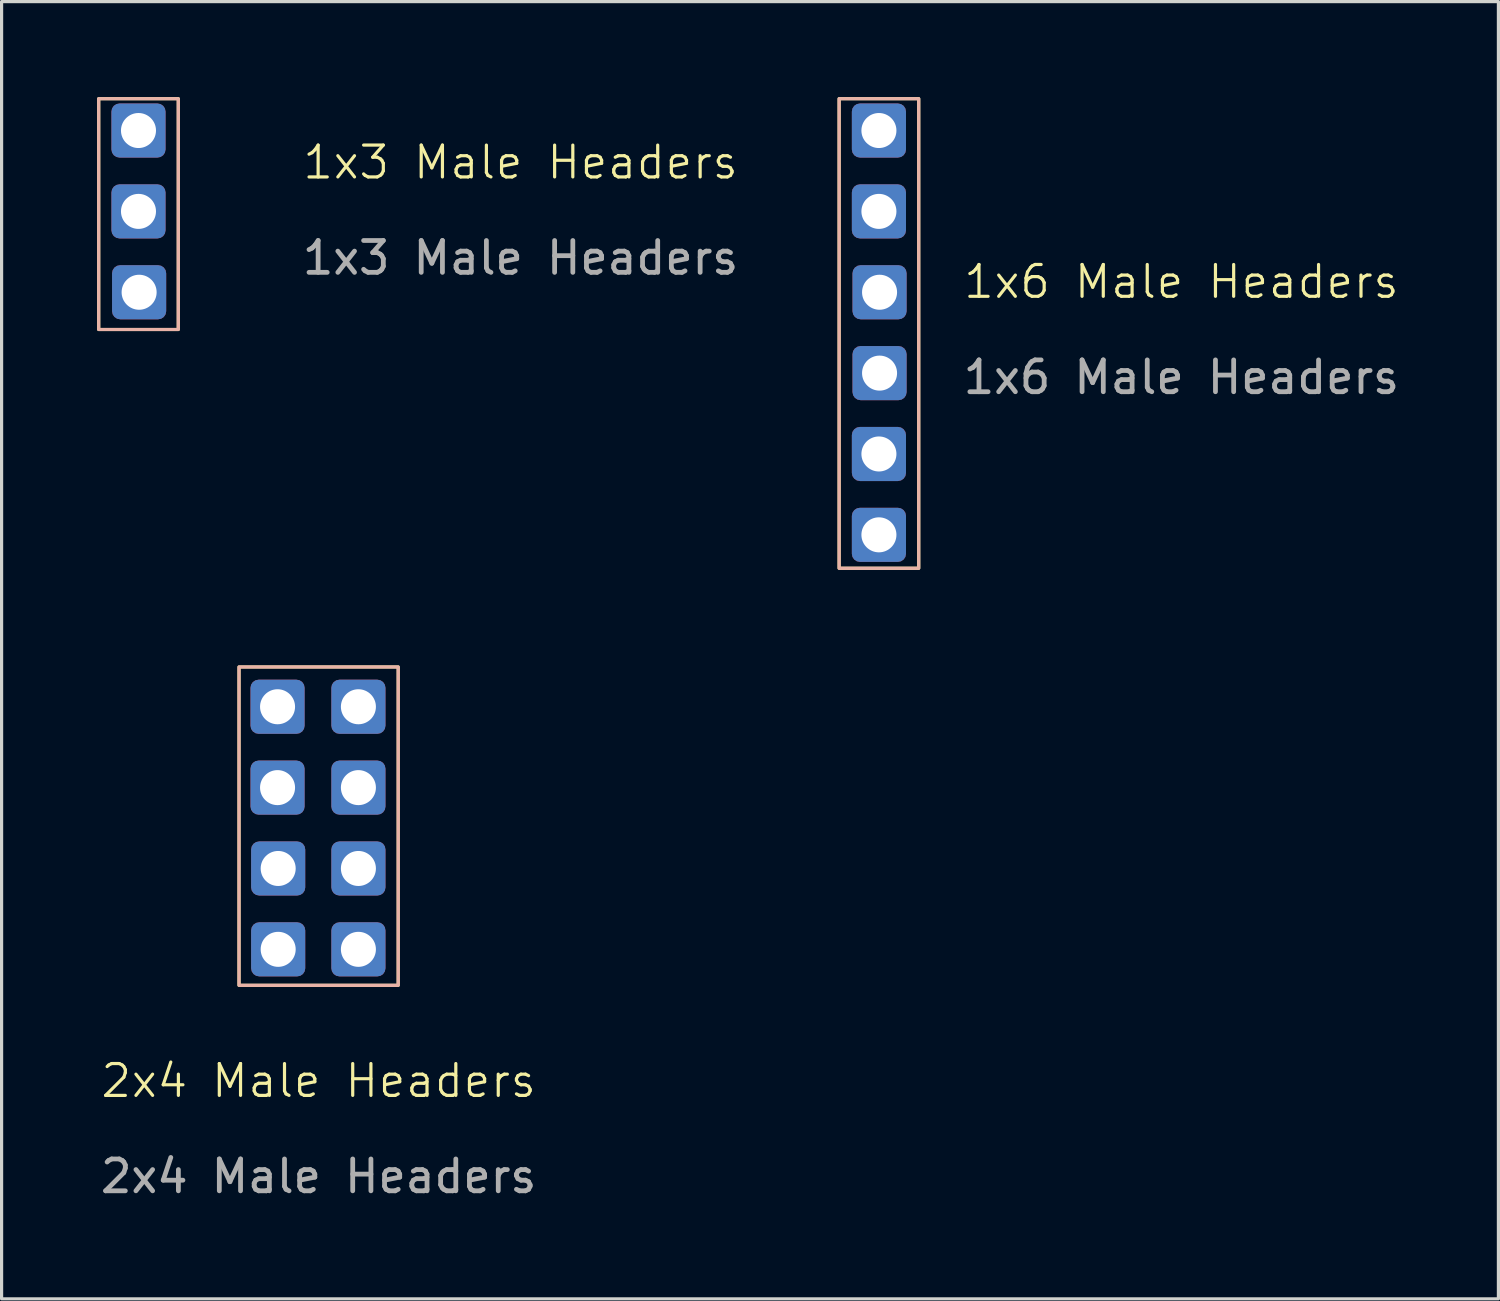
<source format=kicad_pcb>
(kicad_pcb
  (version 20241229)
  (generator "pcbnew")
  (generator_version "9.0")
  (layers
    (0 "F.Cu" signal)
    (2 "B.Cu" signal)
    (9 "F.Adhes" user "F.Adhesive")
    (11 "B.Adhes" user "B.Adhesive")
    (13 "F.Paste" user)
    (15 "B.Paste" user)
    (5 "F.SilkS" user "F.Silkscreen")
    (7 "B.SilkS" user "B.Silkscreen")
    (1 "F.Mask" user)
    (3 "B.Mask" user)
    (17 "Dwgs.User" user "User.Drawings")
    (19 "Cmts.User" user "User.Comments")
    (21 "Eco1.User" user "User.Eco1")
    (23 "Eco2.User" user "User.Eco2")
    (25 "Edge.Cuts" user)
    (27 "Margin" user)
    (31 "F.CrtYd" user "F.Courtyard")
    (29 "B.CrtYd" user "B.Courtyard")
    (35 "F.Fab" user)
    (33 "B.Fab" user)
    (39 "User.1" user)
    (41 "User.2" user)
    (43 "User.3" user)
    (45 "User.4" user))
  (footprint "1x6 Male Headers"
    (layer "F.Cu")
    (at 24.558 7.3)
    (property "Reference" "1x6 Male Headers" (at 9.5 -1.5 0) (unlocked yes) (layer "F.SilkS") (effects (font (size 1 1) (thickness 0.1))))
    (attr through_hole)
    (fp_rect (start -1.25 -7.25) (end 1.25 7.5) (stroke (width 0.1) (type default)) (fill no) (layer "F.SilkS"))
    (fp_rect (start -1.25 -7.25) (end 1.25 7.5) (stroke (width 0.1) (type default)) (fill no) (layer "B.SilkS"))
    (fp_text user "${REFERENCE}" (at 9.5 1.5 0) (unlocked yes) (layer "F.Fab") (effects (font (size 1 1) (thickness 0.15))))
    (pad "1" thru_hole roundrect (at 0 -6.25) (size 1.7 1.7) (drill 1.1) (layers "*.Cu" "*.Mask") (roundrect_rratio 0.15))
    (pad "2" thru_hole roundrect (at 0 -3.71) (size 1.7 1.7) (drill 1.1) (layers "*.Cu" "*.Mask") (roundrect_rratio 0.15))
    (pad "3" thru_hole roundrect (at 0.02 -1.17) (size 1.7 1.7) (drill 1.1) (layers "*.Cu" "*.Mask") (roundrect_rratio 0.15))
    (pad "4" thru_hole roundrect (at 0.02 1.37) (size 1.7 1.7) (drill 1.1) (layers "*.Cu" "*.Mask") (roundrect_rratio 0.15))
    (pad "5" thru_hole roundrect (at 0 3.91) (size 1.7 1.7) (drill 1.1) (layers "*.Cu" "*.Mask") (roundrect_rratio 0.15))
    (pad "6" thru_hole roundrect (at 0 6.45) (size 1.7 1.7) (drill 1.1) (layers "*.Cu" "*.Mask") (roundrect_rratio 0.15)))
  (footprint "1x3 Male Headers"
    (layer "F.Cu")
    (at 1.3 3.55)
    (property "Reference" "1x3 Male Headers" (at 12 -1.5 0) (unlocked yes) (layer "F.SilkS") (effects (font (size 1 1) (thickness 0.1))))
    (attr through_hole)
    (fp_rect (start -1.25 -3.5) (end 1.25 3.75) (stroke (width 0.1) (type default)) (fill no) (layer "F.SilkS"))
    (fp_rect (start -1.25 -3.5) (end 1.25 3.75) (stroke (width 0.1) (type default)) (fill no) (layer "B.SilkS"))
    (fp_text user "${REFERENCE}" (at 12 1.5 0) (unlocked yes) (layer "F.Fab") (effects (font (size 1 1) (thickness 0.15))))
    (pad "1" thru_hole roundrect (at 0 -2.5) (size 1.7 1.7) (drill 1.1) (layers "*.Cu" "*.Mask") (roundrect_rratio 0.15))
    (pad "2" thru_hole roundrect (at 0 0.04) (size 1.7 1.7) (drill 1.1) (layers "*.Cu" "*.Mask") (roundrect_rratio 0.15))
    (pad "3" thru_hole roundrect (at 0.02 2.58) (size 1.7 1.7) (drill 1.1) (layers "*.Cu" "*.Mask") (roundrect_rratio 0.15)))
  (footprint "2x4 Male Headers"
    (layer "F.Cu")
    (at 6.958 22.9)
    (property "Reference" "2x4 Male Headers" (at 0 8 0) (unlocked yes) (layer "F.SilkS") (effects (font (size 1 1) (thickness 0.1))))
    (attr through_hole)
    (fp_rect (start -2.5 -5) (end 2.5 5) (stroke (width 0.1) (type default)) (fill no) (layer "F.SilkS"))
    (fp_rect (start -2.5 -5) (end 2.5 5) (stroke (width 0.1) (type default)) (fill no) (layer "B.SilkS"))
    (fp_text user "${REFERENCE}" (at 0 11 0) (unlocked yes) (layer "F.Fab") (effects (font (size 1 1) (thickness 0.15))))
    (pad "1" thru_hole roundrect (at -1.29 -3.75) (size 1.7 1.7) (drill 1.1) (layers "*.Cu" "*.Mask") (roundrect_rratio 0.15))
    (pad "2" thru_hole roundrect (at -1.29 -1.21) (size 1.7 1.7) (drill 1.1) (layers "*.Cu" "*.Mask") (roundrect_rratio 0.15))
    (pad "3" thru_hole roundrect (at -1.27 1.33) (size 1.7 1.7) (drill 1.1) (layers "*.Cu" "*.Mask") (roundrect_rratio 0.15))
    (pad "4" thru_hole roundrect (at -1.27 3.87) (size 1.7 1.7) (drill 1.1) (layers "*.Cu" "*.Mask") (roundrect_rratio 0.15))
    (pad "5" thru_hole roundrect (at 1.25 -3.75) (size 1.7 1.7) (drill 1.1) (layers "*.Cu" "*.Mask") (roundrect_rratio 0.15))
    (pad "6" thru_hole roundrect (at 1.25 -1.21) (size 1.7 1.7) (drill 1.1) (layers "*.Cu" "*.Mask") (roundrect_rratio 0.15))
    (pad "7" thru_hole roundrect (at 1.25 1.33) (size 1.7 1.7) (drill 1.1) (layers "*.Cu" "*.Mask") (roundrect_rratio 0.15))
    (pad "8" thru_hole roundrect (at 1.25 3.87) (size 1.7 1.7) (drill 1.1) (layers "*.Cu" "*.Mask") (roundrect_rratio 0.15)))
  (gr_rect
    (start -3 -3)
    (end 44.017 37.748)
    (stroke (width 0.1) (type default))
    (fill no)
    (layer "Edge.Cuts")))
</source>
